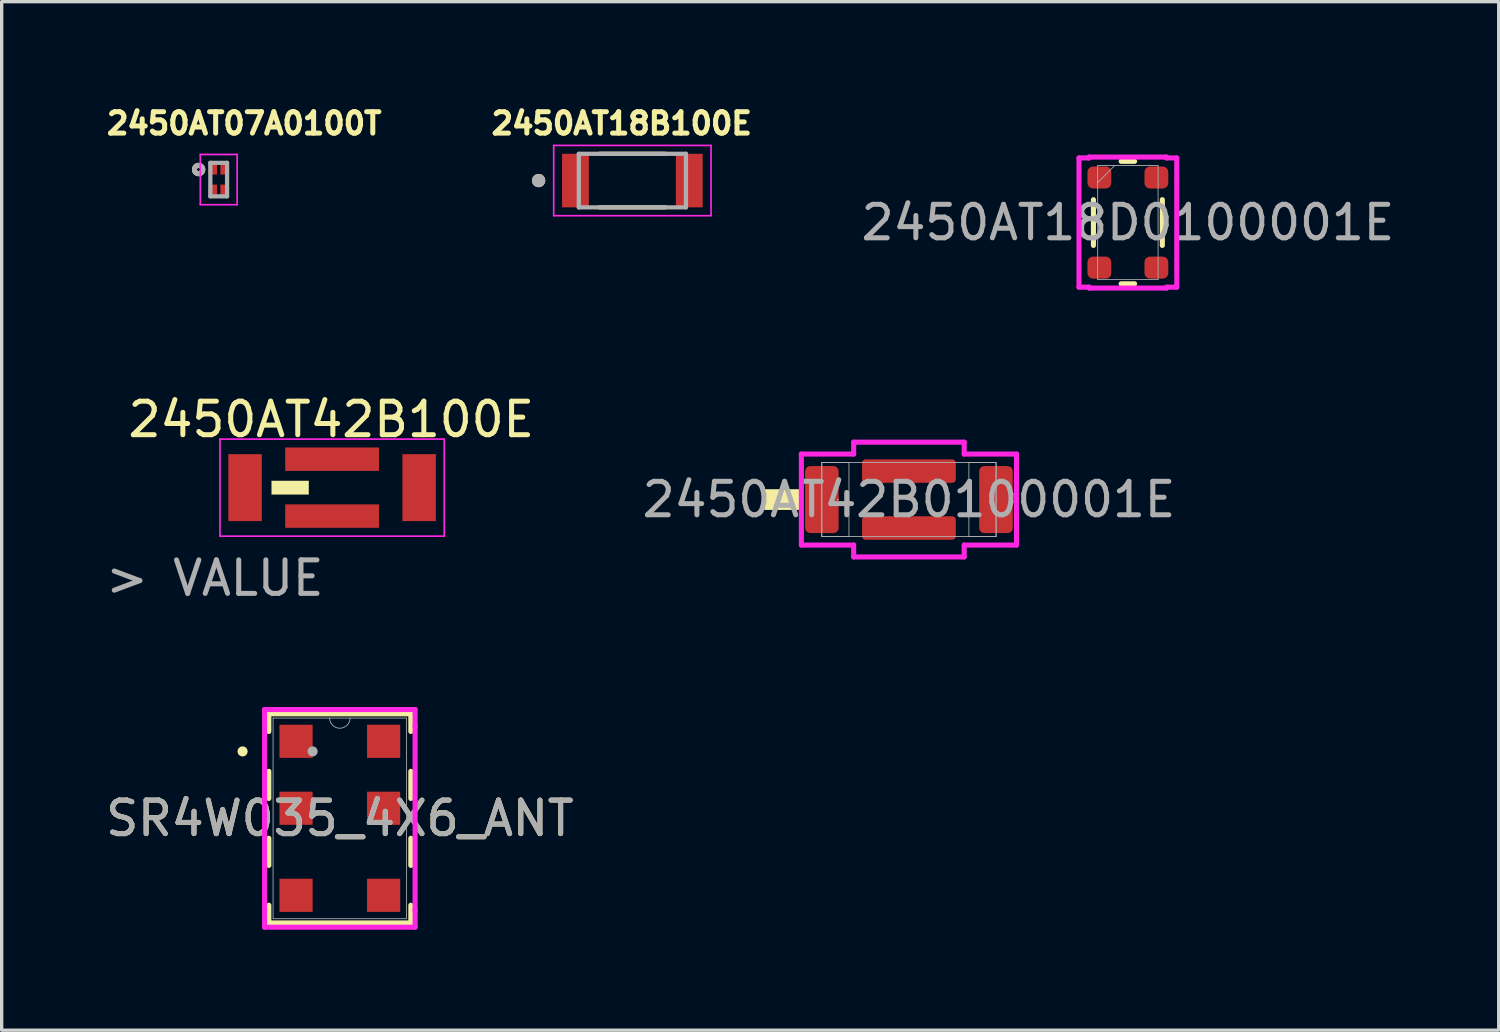
<source format=kicad_pcb>
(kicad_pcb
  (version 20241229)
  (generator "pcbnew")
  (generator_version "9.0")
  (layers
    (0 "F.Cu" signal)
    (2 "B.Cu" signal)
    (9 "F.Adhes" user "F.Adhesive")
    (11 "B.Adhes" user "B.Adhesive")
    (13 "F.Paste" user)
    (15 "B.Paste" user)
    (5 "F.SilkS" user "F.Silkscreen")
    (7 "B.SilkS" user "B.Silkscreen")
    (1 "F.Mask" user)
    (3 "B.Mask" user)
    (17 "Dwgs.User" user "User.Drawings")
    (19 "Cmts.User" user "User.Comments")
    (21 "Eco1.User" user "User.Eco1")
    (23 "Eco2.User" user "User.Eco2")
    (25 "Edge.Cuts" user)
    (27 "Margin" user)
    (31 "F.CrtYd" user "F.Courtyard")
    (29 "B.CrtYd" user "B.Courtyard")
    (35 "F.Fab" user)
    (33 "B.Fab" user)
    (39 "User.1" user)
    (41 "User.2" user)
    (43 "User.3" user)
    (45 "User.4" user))
  (footprint "2450AT42B0100001E"
    (layer "F.Cu")
    (at 24.1 11.872)
    (property "Reference" "2450AT42B0100001E" (at 0 -2.54 0) (unlocked yes) (layer "User.2") (effects (font (size 0.75 0.75) (thickness 0.15))))
    (attr smd)
    (fp_rect (start -4.318 -0.25) (end -3.302 0.25) (stroke (width 0.12) (type solid)) (fill yes) (layer "F.SilkS"))
    (fp_line (start -3.213 -1.359) (end -1.651 -1.359) (stroke (width 0.152) (type solid)) (layer "F.CrtYd"))
    (fp_line (start -3.213 1.359) (end -3.213 -1.359) (stroke (width 0.152) (type solid)) (layer "F.CrtYd"))
    (fp_line (start -3.213 1.359) (end -1.651 1.359) (stroke (width 0.152) (type solid)) (layer "F.CrtYd"))
    (fp_line (start -1.651 -1.714) (end 1.651 -1.714) (stroke (width 0.152) (type solid)) (layer "F.CrtYd"))
    (fp_line (start -1.651 -1.359) (end -1.651 -1.714) (stroke (width 0.152) (type solid)) (layer "F.CrtYd"))
    (fp_line (start -1.651 1.359) (end -1.651 1.714) (stroke (width 0.152) (type solid)) (layer "F.CrtYd"))
    (fp_line (start -1.651 1.714) (end 1.651 1.714) (stroke (width 0.152) (type solid)) (layer "F.CrtYd"))
    (fp_line (start 1.651 -1.359) (end 1.651 -1.714) (stroke (width 0.152) (type solid)) (layer "F.CrtYd"))
    (fp_line (start 1.651 1.359) (end 1.651 1.714) (stroke (width 0.152) (type solid)) (layer "F.CrtYd"))
    (fp_line (start 3.213 -1.359) (end 1.651 -1.359) (stroke (width 0.152) (type solid)) (layer "F.CrtYd"))
    (fp_line (start 3.213 1.359) (end 1.651 1.359) (stroke (width 0.152) (type solid)) (layer "F.CrtYd"))
    (fp_line (start 3.213 1.359) (end 3.213 -1.359) (stroke (width 0.152) (type solid)) (layer "F.CrtYd"))
    (fp_line (start -2.603 -1.105) (end -2.603 1.105) (stroke (width 0.025) (type solid)) (layer "F.Fab"))
    (fp_line (start -2.603 -1.105) (end -2.603 1.105) (stroke (width 0.025) (type solid)) (layer "F.Fab"))
    (fp_line (start -2.603 1.105) (end -1.791 1.105) (stroke (width 0.025) (type solid)) (layer "F.Fab"))
    (fp_line (start -2.603 1.105) (end 2.603 1.105) (stroke (width 0.025) (type solid)) (layer "F.Fab"))
    (fp_line (start -1.791 -1.105) (end -2.603 -1.105) (stroke (width 0.025) (type solid)) (layer "F.Fab"))
    (fp_line (start -1.791 1.105) (end -1.791 -1.105) (stroke (width 0.025) (type solid)) (layer "F.Fab"))
    (fp_line (start 1.791 -1.105) (end 1.791 1.105) (stroke (width 0.025) (type solid)) (layer "F.Fab"))
    (fp_line (start 1.791 1.105) (end 2.603 1.105) (stroke (width 0.025) (type solid)) (layer "F.Fab"))
    (fp_line (start 2.603 -1.105) (end -2.603 -1.105) (stroke (width 0.025) (type solid)) (layer "F.Fab"))
    (fp_line (start 2.603 -1.105) (end 1.791 -1.105) (stroke (width 0.025) (type solid)) (layer "F.Fab"))
    (fp_line (start 2.603 1.105) (end 2.603 -1.105) (stroke (width 0.025) (type solid)) (layer "F.Fab"))
    (fp_line (start 2.603 1.105) (end 2.603 -1.105) (stroke (width 0.025) (type solid)) (layer "F.Fab"))
    (fp_circle (center -2.121 0) (end -2.121 0) (stroke (width 0.025) (type solid)) (fill no) (layer "F.Fab"))
    (fp_text user "${REFERENCE}" (at 0 0 0) (unlocked yes) (layer "F.Fab") (effects (font (size 1 1) (thickness 0.15))))
    (pad "1" smd roundrect (at -2.6 0 180) (size 1 2) (layers "F.Cu" "F.Mask" "F.Paste") (roundrect_rratio 0.15))
    (pad "2" smd roundrect (at 2.6 0 180) (size 1 2) (layers "F.Cu" "F.Mask" "F.Paste") (roundrect_rratio 0.15))
    (pad "3" smd roundrect (at 0 -0.85) (size 2.8 0.7) (layers "F.Cu" "F.Mask" "F.Paste") (roundrect_rratio 0.15))
    (pad "4" smd roundrect (at 0 0.85) (size 2.8 0.7) (layers "F.Cu" "F.Mask" "F.Paste") (roundrect_rratio 0.15))
    (zone (net_name "") (layers "F.Cu" "B.Cu") (hatch edge 0.5) (connect_pads) (min_thickness 0.25) (filled_areas_thickness no) (keepout (tracks allowed) (vias allowed) (pads allowed) (copperpour not_allowed) (footprints allowed)) (placement (enabled no)) (fill) (polygon (pts (xy 20.1 9.972) (xy 28.1 9.972) (xy 28.1 13.772) (xy 20.1 13.772)))))
  (footprint "2450AT07A0100T"
    (layer "F.Cu")
    (at 3.483 2.314)
    (property "Reference" "2450AT07A0100T" (at 0.762 -1.676 0) (layer "F.SilkS") (effects (font (size 0.64 0.64) (thickness 0.15))))
    (attr through_hole)
    (fp_circle (center -0.6 -0.3) (end -0.55 -0.3) (stroke (width 0.15) (type solid)) (fill no) (layer "F.SilkS"))
    (fp_line (start -0.55 -0.75) (end 0.55 -0.75) (stroke (width 0.05) (type solid)) (layer "F.CrtYd"))
    (fp_line (start -0.55 0.75) (end -0.55 -0.75) (stroke (width 0.05) (type solid)) (layer "F.CrtYd"))
    (fp_line (start 0.55 -0.75) (end 0.55 0.75) (stroke (width 0.05) (type solid)) (layer "F.CrtYd"))
    (fp_line (start 0.55 0.75) (end -0.55 0.75) (stroke (width 0.05) (type solid)) (layer "F.CrtYd"))
    (fp_line (start -0.25 -0.5) (end 0.25 -0.5) (stroke (width 0.127) (type solid)) (layer "F.Fab"))
    (fp_line (start -0.25 0.5) (end -0.25 -0.5) (stroke (width 0.127) (type solid)) (layer "F.Fab"))
    (fp_line (start 0.25 -0.5) (end 0.25 0.5) (stroke (width 0.127) (type solid)) (layer "F.Fab"))
    (fp_line (start 0.25 0.5) (end -0.25 0.5) (stroke (width 0.127) (type solid)) (layer "F.Fab"))
    (fp_circle (center -0.6 -0.3) (end -0.55 -0.3) (stroke (width 0.15) (type solid)) (fill no) (layer "F.Fab"))
    (pad "1" smd rect (at -0.175 -0.3 270) (size 0.3 0.25) (layers "F.Cu" "F.Mask" "F.Paste"))
    (pad "2" smd rect (at -0.175 0.3 270) (size 0.3 0.25) (layers "F.Cu" "F.Mask" "F.Paste"))
    (pad "3" smd rect (at 0.175 0.3 270) (size 0.3 0.25) (layers "F.Cu" "F.Mask" "F.Paste"))
    (pad "4" smd rect (at 0.175 -0.3 270) (size 0.3 0.25) (layers "F.Cu" "F.Mask" "F.Paste")))
  (footprint "SR4W035_4X6_ANT"
    (layer "F.Cu")
    (at 7.101 21.395)
    (property "Reference" "SR4W035_4X6_ANT" (at 0 0 0) (unlocked yes) (layer "F.SilkS") (effects (font (size 1 1) (thickness 0.15))))
    (attr smd)
    (fp_line (start -2.121 -3.124) (end -2.121 -2.595) (stroke (width 0.152) (type solid)) (layer "F.SilkS"))
    (fp_line (start -2.121 -1.405) (end -2.121 -0.595) (stroke (width 0.152) (type solid)) (layer "F.SilkS"))
    (fp_line (start -2.121 0.595) (end -2.121 1.405) (stroke (width 0.152) (type solid)) (layer "F.SilkS"))
    (fp_line (start -2.121 2.595) (end -2.121 3.124) (stroke (width 0.152) (type solid)) (layer "F.SilkS"))
    (fp_line (start -2.121 3.124) (end 2.121 3.124) (stroke (width 0.152) (type solid)) (layer "F.SilkS"))
    (fp_line (start 2.121 -3.124) (end -2.121 -3.124) (stroke (width 0.152) (type solid)) (layer "F.SilkS"))
    (fp_line (start 2.121 -2.595) (end 2.121 -3.124) (stroke (width 0.152) (type solid)) (layer "F.SilkS"))
    (fp_line (start 2.121 -0.595) (end 2.121 -1.405) (stroke (width 0.152) (type solid)) (layer "F.SilkS"))
    (fp_line (start 2.121 1.405) (end 2.121 0.595) (stroke (width 0.152) (type solid)) (layer "F.SilkS"))
    (fp_line (start 2.121 3.124) (end 2.121 2.595) (stroke (width 0.152) (type solid)) (layer "F.SilkS"))
    (fp_circle (center -2.905 -2) (end -2.829 -2) (stroke (width 0.152) (type solid)) (fill no) (layer "F.SilkS"))
    (fp_line (start -2.248 -3.251) (end 2.248 -3.251) (stroke (width 0.152) (type solid)) (layer "F.CrtYd"))
    (fp_line (start -2.248 -2.749) (end -2.248 -3.251) (stroke (width 0.152) (type solid)) (layer "F.CrtYd"))
    (fp_line (start -2.248 -2.749) (end -2.248 -2.749) (stroke (width 0.152) (type solid)) (layer "F.CrtYd"))
    (fp_line (start -2.248 2.749) (end -2.248 -2.749) (stroke (width 0.152) (type solid)) (layer "F.CrtYd"))
    (fp_line (start -2.248 2.749) (end -2.248 2.749) (stroke (width 0.152) (type solid)) (layer "F.CrtYd"))
    (fp_line (start -2.248 3.251) (end -2.248 2.749) (stroke (width 0.152) (type solid)) (layer "F.CrtYd"))
    (fp_line (start 2.248 -3.251) (end 2.248 -2.749) (stroke (width 0.152) (type solid)) (layer "F.CrtYd"))
    (fp_line (start 2.248 -2.749) (end 2.248 -2.749) (stroke (width 0.152) (type solid)) (layer "F.CrtYd"))
    (fp_line (start 2.248 -2.749) (end 2.248 2.749) (stroke (width 0.152) (type solid)) (layer "F.CrtYd"))
    (fp_line (start 2.248 2.749) (end 2.248 2.749) (stroke (width 0.152) (type solid)) (layer "F.CrtYd"))
    (fp_line (start 2.248 2.749) (end 2.248 3.251) (stroke (width 0.152) (type solid)) (layer "F.CrtYd"))
    (fp_line (start 2.248 3.251) (end -2.248 3.251) (stroke (width 0.152) (type solid)) (layer "F.CrtYd"))
    (fp_line (start -1.994 -2.997) (end -1.994 2.997) (stroke (width 0.025) (type solid)) (layer "F.Fab"))
    (fp_line (start -1.994 2.997) (end 1.994 2.997) (stroke (width 0.025) (type solid)) (layer "F.Fab"))
    (fp_line (start 1.994 -2.997) (end -1.994 -2.997) (stroke (width 0.025) (type solid)) (layer "F.Fab"))
    (fp_line (start 1.994 2.997) (end 1.994 -2.997) (stroke (width 0.025) (type solid)) (layer "F.Fab"))
    (fp_arc (start 0.3048 -2.9972) (mid 0 -2.6924) (end -0.3048 -2.9972) (stroke (width 0.0254) (type solid)) (layer "F.Fab"))
    (fp_circle (center -0.813 -2) (end -0.813 -2) (stroke (width 0.152) (type solid)) (fill no) (layer "F.Fab"))
    (fp_text user "${REFERENCE}" (at 0 0 0) (unlocked yes) (layer "F.Fab") (effects (font (size 1 1) (thickness 0.15))))
    (pad "1" smd rect (at -1.308 -2.302) (size 0.991 0.991) (layers "F.Cu" "F.Mask" "F.Paste"))
    (pad "2" smd rect (at -1.308 -0.302) (size 0.991 0.991) (layers "F.Cu" "F.Mask" "F.Paste"))
    (pad "3" smd rect (at -1.308 2.298) (size 0.991 0.991) (layers "F.Cu" "F.Mask" "F.Paste"))
    (pad "4" smd rect (at 1.308 2.298) (size 0.991 0.991) (layers "F.Cu" "F.Mask" "F.Paste"))
    (pad "5" smd rect (at 1.308 -0.302) (size 0.991 0.991) (layers "F.Cu" "F.Mask" "F.Paste"))
    (pad "6" smd rect (at 1.308 -2.302) (size 0.991 0.991) (layers "F.Cu" "F.Mask" "F.Paste")))
  (footprint "2450AT18D0100001E"
    (layer "F.Cu")
    (at 30.64 3.598)
    (property "Reference" "2450AT18D0100001E" (at -0.01 -2.75 0) (unlocked yes) (layer "User.2") (effects (font (size 1 1) (thickness 0.15))))
    (attr smd)
    (fp_line (start -1.029 -0.683) (end -1.029 0.683) (stroke (width 0.152) (type solid)) (layer "F.SilkS"))
    (fp_line (start -0.2 1.829) (end 0.2 1.829) (stroke (width 0.152) (type solid)) (layer "F.SilkS"))
    (fp_line (start 0.2 -1.829) (end -0.2 -1.829) (stroke (width 0.152) (type solid)) (layer "F.SilkS"))
    (fp_line (start 1.029 0.683) (end 1.029 -0.683) (stroke (width 0.152) (type solid)) (layer "F.SilkS"))
    (fp_line (start -1.46 -1.93) (end -1.156 -1.93) (stroke (width 0.152) (type solid)) (layer "F.CrtYd"))
    (fp_line (start -1.46 1.93) (end -1.46 -1.93) (stroke (width 0.152) (type solid)) (layer "F.CrtYd"))
    (fp_line (start -1.46 1.93) (end -1.156 1.93) (stroke (width 0.152) (type solid)) (layer "F.CrtYd"))
    (fp_line (start -1.156 -1.956) (end 1.156 -1.956) (stroke (width 0.152) (type solid)) (layer "F.CrtYd"))
    (fp_line (start -1.156 -1.93) (end -1.156 -1.956) (stroke (width 0.152) (type solid)) (layer "F.CrtYd"))
    (fp_line (start -1.156 1.956) (end -1.156 1.93) (stroke (width 0.152) (type solid)) (layer "F.CrtYd"))
    (fp_line (start 1.156 -1.956) (end 1.156 -1.93) (stroke (width 0.152) (type solid)) (layer "F.CrtYd"))
    (fp_line (start 1.156 1.93) (end 1.156 1.956) (stroke (width 0.152) (type solid)) (layer "F.CrtYd"))
    (fp_line (start 1.156 1.956) (end -1.156 1.956) (stroke (width 0.152) (type solid)) (layer "F.CrtYd"))
    (fp_line (start 1.46 -1.93) (end 1.156 -1.93) (stroke (width 0.152) (type solid)) (layer "F.CrtYd"))
    (fp_line (start 1.46 -1.93) (end 1.46 1.93) (stroke (width 0.152) (type solid)) (layer "F.CrtYd"))
    (fp_line (start 1.46 1.93) (end 1.156 1.93) (stroke (width 0.152) (type solid)) (layer "F.CrtYd"))
    (fp_line (start -0.902 -1.702) (end -0.902 1.702) (stroke (width 0.025) (type solid)) (layer "F.Fab"))
    (fp_line (start -0.902 1.702) (end 0.902 1.702) (stroke (width 0.025) (type solid)) (layer "F.Fab"))
    (fp_line (start -0.394 -1.702) (end -0.902 -1.194) (stroke (width 0.025) (type solid)) (layer "F.Fab"))
    (fp_line (start 0.902 -1.702) (end -0.902 -1.702) (stroke (width 0.025) (type solid)) (layer "F.Fab"))
    (fp_line (start 0.902 1.702) (end 0.902 -1.702) (stroke (width 0.025) (type solid)) (layer "F.Fab"))
    (fp_text user "${REFERENCE}" (at 0 0 0) (unlocked yes) (layer "F.Fab") (effects (font (size 1 1) (thickness 0.15))))
    (pad "1" smd roundrect (at -0.851 -1.346) (size 0.711 0.66) (layers "F.Cu" "F.Mask" "F.Paste") (roundrect_rratio 0.25))
    (pad "2" smd roundrect (at -0.851 1.346) (size 0.711 0.66) (layers "F.Cu" "F.Mask" "F.Paste") (roundrect_rratio 0.25))
    (pad "3" smd roundrect (at 0.851 1.346) (size 0.711 0.66) (layers "F.Cu" "F.Mask" "F.Paste") (roundrect_rratio 0.25))
    (pad "4" smd roundrect (at 0.851 -1.346) (size 0.711 0.66) (layers "F.Cu" "F.Mask" "F.Paste") (roundrect_rratio 0.25))
    (zone (net_name "") (layers "F.Cu" "B.Cu") (hatch edge 0.5) (connect_pads) (min_thickness 0.25) (filled_areas_thickness no) (keepout (tracks not_allowed) (vias not_allowed) (pads not_allowed) (copperpour not_allowed) (footprints allowed)) (placement (enabled no)) (fill) (polygon (pts (xy 31.85 2.588) (xy 31.13 2.588) (xy 31.13 1.868) (xy 30.15 1.868) (xy 30.15 2.588) (xy 29.43 2.588) (xy 29.43 1.868) (xy 25.82 1.868) (xy 25.83 5.288) (xy 29.43 5.288) (xy 29.43 4.608) (xy 30.15 4.608) (xy 30.15 5.288) (xy 31.13 5.288) (xy 31.13 4.608) (xy 31.85 4.608) (xy 31.85 5.288) (xy 35.18 5.288) (xy 35.18 1.868) (xy 31.85 1.868)))))
  (footprint "2450AT18B100E"
    (layer "F.Cu")
    (at 15.839 2.344)
    (property "Reference" "2450AT18B100E" (at -0.318 -1.706 0) (layer "F.SilkS") (effects (font (size 0.64 0.64) (thickness 0.15))))
    (attr smd)
    (fp_line (start -0.98 -0.8) (end 0.98 -0.8) (stroke (width 0.127) (type solid)) (layer "F.SilkS"))
    (fp_line (start -0.98 0.8) (end 0.98 0.8) (stroke (width 0.127) (type solid)) (layer "F.SilkS"))
    (fp_circle (center -2.8 0) (end -2.7 0) (stroke (width 0.2) (type solid)) (fill no) (layer "F.SilkS"))
    (fp_line (start -2.35 -1.05) (end 2.35 -1.05) (stroke (width 0.05) (type solid)) (layer "F.CrtYd"))
    (fp_line (start -2.35 1.05) (end -2.35 -1.05) (stroke (width 0.05) (type solid)) (layer "F.CrtYd"))
    (fp_line (start 2.35 -1.05) (end 2.35 1.05) (stroke (width 0.05) (type solid)) (layer "F.CrtYd"))
    (fp_line (start 2.35 1.05) (end -2.35 1.05) (stroke (width 0.05) (type solid)) (layer "F.CrtYd"))
    (fp_line (start -1.6 -0.8) (end -1.6 0.8) (stroke (width 0.127) (type solid)) (layer "F.Fab"))
    (fp_line (start -1.6 0.8) (end 1.6 0.8) (stroke (width 0.127) (type solid)) (layer "F.Fab"))
    (fp_line (start 1.6 -0.8) (end -1.6 -0.8) (stroke (width 0.127) (type solid)) (layer "F.Fab"))
    (fp_line (start 1.6 0.8) (end 1.6 -0.8) (stroke (width 0.127) (type solid)) (layer "F.Fab"))
    (fp_circle (center -2.8 0) (end -2.7 0) (stroke (width 0.2) (type solid)) (fill no) (layer "F.Fab"))
    (pad "1" smd rect (at -1.7 0) (size 0.8 1.6) (layers "F.Cu" "F.Mask" "F.Paste"))
    (pad "2" smd rect (at 1.7 0) (size 0.8 1.6) (layers "F.Cu" "F.Mask" "F.Paste")))
  (footprint "2450AT42B100E"
    (layer "F.Cu")
    (at 6.87 11.516)
    (property "Reference" "2450AT42B100E" (at -0.025 -2.037 0) (layer "F.SilkS") (effects (font (size 1.001 1.001) (thickness 0.15))))
    (attr through_hole)
    (fp_poly (pts (xy -1.803 -0.2) (xy -0.7 -0.2) (xy -0.7 0.2) (xy -1.803 0.2)) (stroke (width 0.01) (type solid)) (fill yes) (layer "F.SilkS"))
    (fp_line (start -3.35 -1.45) (end 3.35 -1.45) (stroke (width 0.05) (type solid)) (layer "F.CrtYd"))
    (fp_line (start -3.35 1.45) (end -3.35 -1.45) (stroke (width 0.05) (type solid)) (layer "F.CrtYd"))
    (fp_line (start 3.35 -1.45) (end 3.35 1.45) (stroke (width 0.05) (type solid)) (layer "F.CrtYd"))
    (fp_line (start 3.35 1.45) (end -3.35 1.45) (stroke (width 0.05) (type solid)) (layer "F.CrtYd"))
    (fp_text user "> VALUE" (at -3.504 2.703 0) (layer "F.Fab") (effects (font (size 1.001 1.001) (thickness 0.15))))
    (pad "1" smd rect (at -2.6 0) (size 1 2) (layers "F.Cu" "F.Mask" "F.Paste"))
    (pad "2" smd rect (at 2.6 0) (size 1 2) (layers "F.Cu" "F.Mask" "F.Paste"))
    (pad "3" smd rect (at 0 0.85) (size 2.8 0.7) (layers "F.Cu" "F.Mask" "F.Paste"))
    (pad "4" smd rect (at 0 -0.85) (size 2.8 0.7) (layers "F.Cu" "F.Mask" "F.Paste")))
  (gr_rect
    (start -3 -3)
    (end 41.717 27.722)
    (stroke (width 0.1) (type default))
    (fill no)
    (layer "Edge.Cuts")))
</source>
